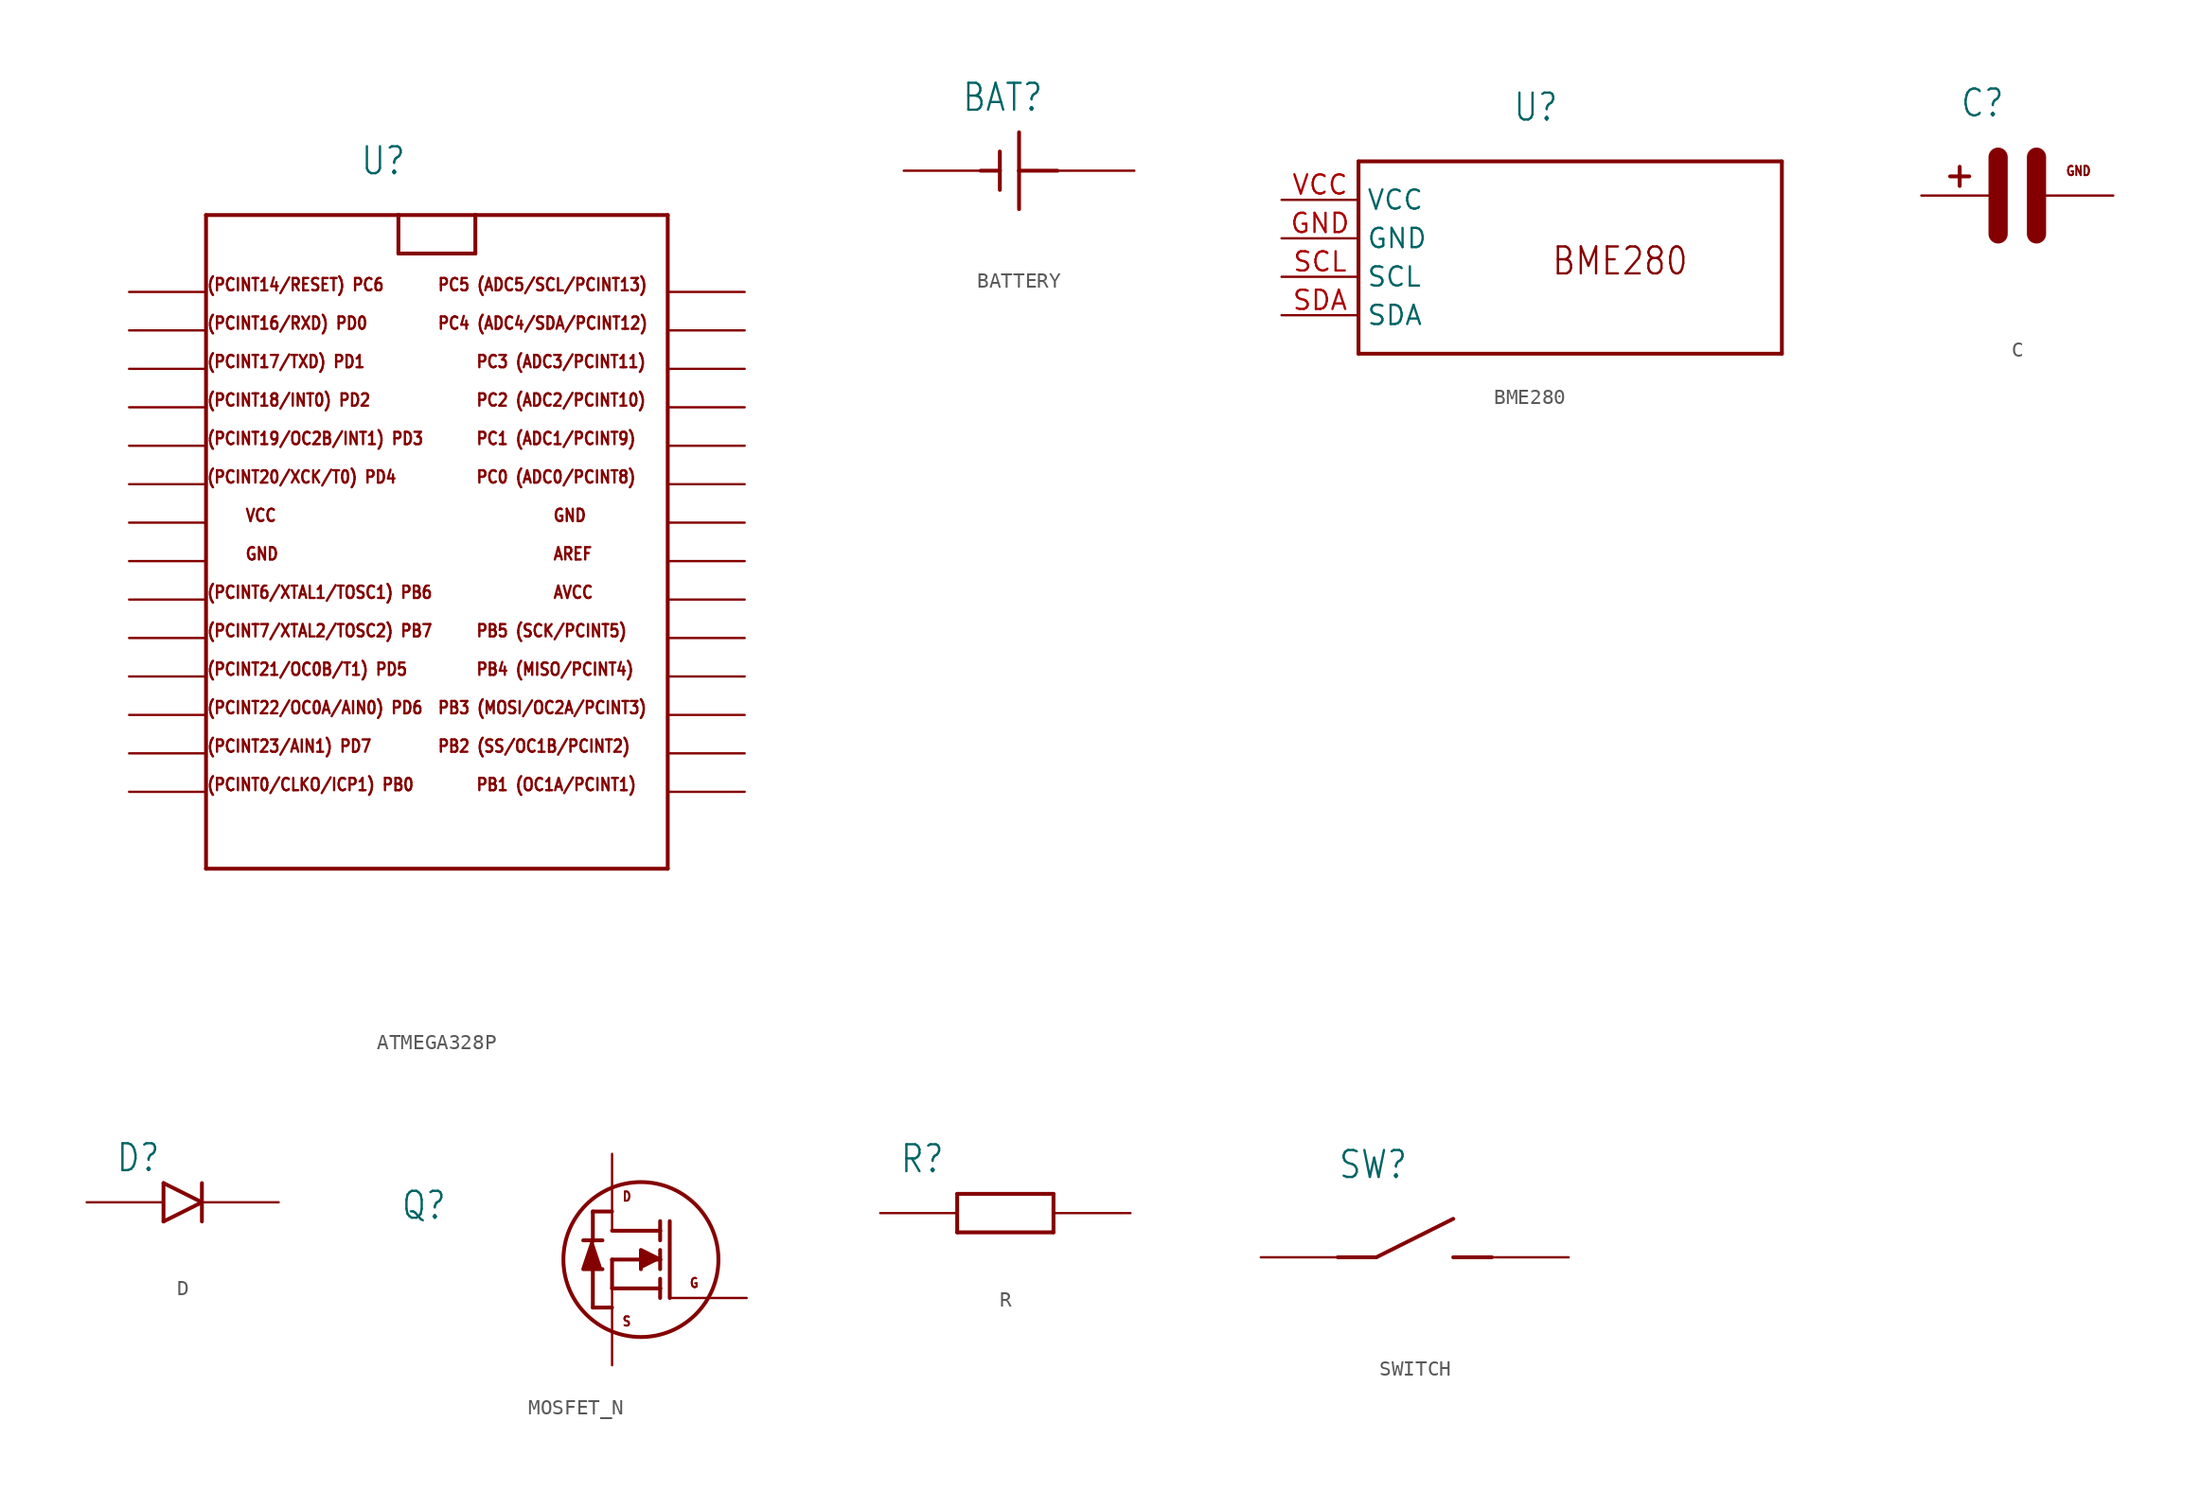
<source format=kicad_sym>
(kicad_symbol_lib
  (version 20231120)
  (generator "kicad_symbol_editor")
  (generator_version "8.0")
  (symbol "ATMEGA328P"
    (property "Reference" "U"
      (at -5.08 25.4 0)
      (effects (font (size 1.778 1.511)) (justify left bottom)))
    (property "Value" ""
      (at -5.08 -25.4 0)
      (effects (font (size 1.778 1.511)) (justify left bottom)))
    (property "ki_locked" ""
      (at 0 0 0)
      (effects (font (size 1.27 1.27))))
    (symbol "ATMEGA328P_1_0"
      (polyline (pts (xy -15.24 -20.32) (xy 15.24 -20.32)) (stroke (width 0.254) (type solid)) (fill (type none)))
      (polyline (pts (xy -15.24 22.86) (xy -15.24 -20.32)) (stroke (width 0.254) (type solid)) (fill (type none)))
      (polyline (pts (xy -2.54 20.32) (xy 2.54 20.32)) (stroke (width 0.254) (type solid)) (fill (type none)))
      (polyline (pts (xy -2.54 22.86) (xy -15.24 22.86)) (stroke (width 0.254) (type solid)) (fill (type none)))
      (polyline (pts (xy -2.54 22.86) (xy -2.54 20.32)) (stroke (width 0.254) (type solid)) (fill (type none)))
      (polyline (pts (xy 2.54 20.32) (xy 2.54 22.86)) (stroke (width 0.254) (type solid)) (fill (type none)))
      (polyline (pts (xy 2.54 22.86) (xy -2.54 22.86)) (stroke (width 0.254) (type solid)) (fill (type none)))
      (polyline (pts (xy 15.24 -20.32) (xy 15.24 22.86)) (stroke (width 0.254) (type solid)) (fill (type none)))
      (polyline (pts (xy 15.24 22.86) (xy 2.54 22.86)) (stroke (width 0.254) (type solid)) (fill (type none)))
      (text "(PCINT0/CLKO/ICP1) PB0" (at -15.24 -15.24 0) (effects (font (size 0.813 0.691)) (justify left bottom)))
      (text "(PCINT14/RESET) PC6" (at -15.24 17.78 0) (effects (font (size 0.813 0.691)) (justify left bottom)))
      (text "(PCINT16/RXD) PD0" (at -15.24 15.24 0) (effects (font (size 0.813 0.691)) (justify left bottom)))
      (text "(PCINT17/TXD) PD1" (at -15.24 12.7 0) (effects (font (size 0.813 0.691)) (justify left bottom)))
      (text "(PCINT18/INT0) PD2" (at -15.24 10.16 0) (effects (font (size 0.813 0.691)) (justify left bottom)))
      (text "(PCINT19/OC2B/INT1) PD3" (at -15.24 7.62 0) (effects (font (size 0.813 0.691)) (justify left bottom)))
      (text "(PCINT20/XCK/T0) PD4" (at -15.24 5.08 0) (effects (font (size 0.813 0.691)) (justify left bottom)))
      (text "(PCINT21/OC0B/T1) PD5" (at -15.24 -7.62 0) (effects (font (size 0.813 0.691)) (justify left bottom)))
      (text "(PCINT22/OC0A/AIN0) PD6" (at -15.24 -10.16 0) (effects (font (size 0.813 0.691)) (justify left bottom)))
      (text "(PCINT23/AIN1) PD7" (at -15.24 -12.7 0) (effects (font (size 0.813 0.691)) (justify left bottom)))
      (text "(PCINT6/XTAL1/TOSC1) PB6" (at -15.24 -2.54 0) (effects (font (size 0.813 0.691)) (justify left bottom)))
      (text "(PCINT7/XTAL2/TOSC2) PB7" (at -15.24 -5.08 0) (effects (font (size 0.813 0.691)) (justify left bottom)))
      (text "AREF" (at 7.62 0 0) (effects (font (size 0.813 0.691)) (justify left bottom)))
      (text "AVCC" (at 7.62 -2.54 0) (effects (font (size 0.813 0.691)) (justify left bottom)))
      (text "GND" (at -12.7 0 0) (effects (font (size 0.813 0.691)) (justify left bottom)))
      (text "GND" (at 7.62 2.54 0) (effects (font (size 0.813 0.691)) (justify left bottom)))
      (text "PB1 (OC1A/PCINT1)" (at 2.54 -15.24 0) (effects (font (size 0.813 0.691)) (justify left bottom)))
      (text "PB2 (SS/OC1B/PCINT2)" (at 0 -12.7 0) (effects (font (size 0.813 0.691)) (justify left bottom)))
      (text "PB3 (MOSI/OC2A/PCINT3)" (at 0 -10.16 0) (effects (font (size 0.813 0.691)) (justify left bottom)))
      (text "PB4 (MISO/PCINT4)" (at 2.54 -7.62 0) (effects (font (size 0.813 0.691)) (justify left bottom)))
      (text "PB5 (SCK/PCINT5)" (at 2.54 -5.08 0) (effects (font (size 0.813 0.691)) (justify left bottom)))
      (text "PC0 (ADC0/PCINT8)" (at 2.54 5.08 0) (effects (font (size 0.813 0.691)) (justify left bottom)))
      (text "PC1 (ADC1/PCINT9)" (at 2.54 7.62 0) (effects (font (size 0.813 0.691)) (justify left bottom)))
      (text "PC2 (ADC2/PCINT10)" (at 2.54 10.16 0) (effects (font (size 0.813 0.691)) (justify left bottom)))
      (text "PC3 (ADC3/PCINT11)" (at 2.54 12.7 0) (effects (font (size 0.813 0.691)) (justify left bottom)))
      (text "PC4 (ADC4/SDA/PCINT12)" (at 0 15.24 0) (effects (font (size 0.813 0.691)) (justify left bottom)))
      (text "PC5 (ADC5/SCL/PCINT13)" (at 0 17.78 0) (effects (font (size 0.813 0.691)) (justify left bottom)))
      (text "VCC" (at -12.7 2.54 0) (effects (font (size 0.813 0.691)) (justify left bottom)))
      (pin bidirectional line (at 20.32 0 180) (length 5.08) (name "AREF" (effects (font (size 0 0)))) (number "AREF" (effects (font (size 0 0)))))
      (pin power_in line (at 20.32 -2.54 180) (length 5.08) (name "AVCC" (effects (font (size 0 0)))) (number "AVCC" (effects (font (size 0 0)))))
      (pin power_in line (at -20.32 0 0) (length 5.08) (name "GND" (effects (font (size 0 0)))) (number "GND" (effects (font (size 0 0)))))
      (pin power_in line (at 20.32 2.54 180) (length 5.08) (name "GND1" (effects (font (size 0 0)))) (number "GND1" (effects (font (size 0 0)))))
      (pin bidirectional line (at -20.32 -15.24 0) (length 5.08) (name "PB0" (effects (font (size 0 0)))) (number "PB0" (effects (font (size 0 0)))))
      (pin bidirectional line (at 20.32 -15.24 180) (length 5.08) (name "PB1" (effects (font (size 0 0)))) (number "PB1" (effects (font (size 0 0)))))
      (pin bidirectional line (at 20.32 -12.7 180) (length 5.08) (name "PB2" (effects (font (size 0 0)))) (number "PB2" (effects (font (size 0 0)))))
      (pin bidirectional line (at 20.32 -10.16 180) (length 5.08) (name "PB3" (effects (font (size 0 0)))) (number "PB3" (effects (font (size 0 0)))))
      (pin bidirectional line (at 20.32 -7.62 180) (length 5.08) (name "PB4" (effects (font (size 0 0)))) (number "PB4" (effects (font (size 0 0)))))
      (pin bidirectional line (at 20.32 -5.08 180) (length 5.08) (name "PB5" (effects (font (size 0 0)))) (number "PB5" (effects (font (size 0 0)))))
      (pin bidirectional line (at -20.32 -2.54 0) (length 5.08) (name "PB6" (effects (font (size 0 0)))) (number "PB6" (effects (font (size 0 0)))))
      (pin bidirectional line (at -20.32 -5.08 0) (length 5.08) (name "PB7" (effects (font (size 0 0)))) (number "PB7" (effects (font (size 0 0)))))
      (pin bidirectional line (at 20.32 5.08 180) (length 5.08) (name "PC0" (effects (font (size 0 0)))) (number "PC0" (effects (font (size 0 0)))))
      (pin bidirectional line (at 20.32 7.62 180) (length 5.08) (name "PC1" (effects (font (size 0 0)))) (number "PC1" (effects (font (size 0 0)))))
      (pin bidirectional line (at 20.32 10.16 180) (length 5.08) (name "PC2" (effects (font (size 0 0)))) (number "PC2" (effects (font (size 0 0)))))
      (pin bidirectional line (at 20.32 12.7 180) (length 5.08) (name "PC3" (effects (font (size 0 0)))) (number "PC3" (effects (font (size 0 0)))))
      (pin bidirectional line (at 20.32 15.24 180) (length 5.08) (name "PC4" (effects (font (size 0 0)))) (number "PC4" (effects (font (size 0 0)))))
      (pin bidirectional line (at 20.32 17.78 180) (length 5.08) (name "PC5" (effects (font (size 0 0)))) (number "PC5" (effects (font (size 0 0)))))
      (pin bidirectional line (at -20.32 17.78 0) (length 5.08) (name "PC6" (effects (font (size 0 0)))) (number "PC6" (effects (font (size 0 0)))))
      (pin bidirectional line (at -20.32 15.24 0) (length 5.08) (name "PD0" (effects (font (size 0 0)))) (number "PD0" (effects (font (size 0 0)))))
      (pin bidirectional line (at -20.32 12.7 0) (length 5.08) (name "PD1" (effects (font (size 0 0)))) (number "PD1" (effects (font (size 0 0)))))
      (pin bidirectional line (at -20.32 10.16 0) (length 5.08) (name "PD2" (effects (font (size 0 0)))) (number "PD2" (effects (font (size 0 0)))))
      (pin bidirectional line (at -20.32 7.62 0) (length 5.08) (name "PD3" (effects (font (size 0 0)))) (number "PD3" (effects (font (size 0 0)))))
      (pin bidirectional line (at -20.32 5.08 0) (length 5.08) (name "PD4" (effects (font (size 0 0)))) (number "PD4" (effects (font (size 0 0)))))
      (pin bidirectional line (at -20.32 -7.62 0) (length 5.08) (name "PD5" (effects (font (size 0 0)))) (number "PD5" (effects (font (size 0 0)))))
      (pin bidirectional line (at -20.32 -10.16 0) (length 5.08) (name "PD6" (effects (font (size 0 0)))) (number "PD6" (effects (font (size 0 0)))))
      (pin bidirectional line (at -20.32 -12.7 0) (length 5.08) (name "PD7" (effects (font (size 0 0)))) (number "PD7" (effects (font (size 0 0)))))
      (pin power_in line (at -20.32 2.54 0) (length 5.08) (name "VCC" (effects (font (size 0 0)))) (number "VCC" (effects (font (size 0 0)))))))
  (symbol "BATTERY"
    (property "Reference" "BAT"
      (at -3.81 3.81 0)
      (effects (font (size 1.778 1.511)) (justify left bottom)))
    (property "Value" ""
      (at -3.81 -5.08 0)
      (effects (font (size 1.778 1.511)) (justify left bottom)))
    (property "ki_locked" ""
      (at 0 0 0)
      (effects (font (size 1.27 1.27))))
    (symbol "BATTERY_1_0"
      (polyline (pts (xy -2.54 0) (xy -1.27 0)) (stroke (width 0.254) (type solid)) (fill (type none)))
      (polyline (pts (xy -1.27 0) (xy -1.27 -1.27)) (stroke (width 0.254) (type solid)) (fill (type none)))
      (polyline (pts (xy -1.27 0) (xy -1.27 1.27)) (stroke (width 0.254) (type solid)) (fill (type none)))
      (polyline (pts (xy 0 0) (xy 0 -2.54)) (stroke (width 0.254) (type solid)) (fill (type none)))
      (polyline (pts (xy 0 0) (xy 0 2.54)) (stroke (width 0.254) (type solid)) (fill (type none)))
      (polyline (pts (xy 2.54 0) (xy 0 0)) (stroke (width 0.254) (type solid)) (fill (type none)))
      (pin power_in line (at -7.62 0 0) (length 5.08) (name "MINUS" (effects (font (size 0 0)))) (number "MINUS" (effects (font (size 0 0)))))
      (pin power_in line (at 7.62 0 180) (length 5.08) (name "PLUS" (effects (font (size 0 0)))) (number "PLUS" (effects (font (size 0 0)))))))
  (symbol "BME280"
    (property "Reference" "U"
      (at 5.08 10.16 0)
      (effects (font (size 1.778 1.511)) (justify left bottom)))
    (property "ki_locked" ""
      (at 0 0 0)
      (effects (font (size 1.27 1.27))))
    (symbol "BME280_1_0"
      (polyline (pts (xy -5.08 -5.08) (xy 22.86 -5.08)) (stroke (width 0.254) (type solid)) (fill (type none)))
      (polyline (pts (xy -5.08 7.62) (xy -5.08 -5.08)) (stroke (width 0.254) (type solid)) (fill (type none)))
      (polyline (pts (xy 22.86 -5.08) (xy 22.86 7.62)) (stroke (width 0.254) (type solid)) (fill (type none)))
      (polyline (pts (xy 22.86 7.62) (xy -5.08 7.62)) (stroke (width 0.254) (type solid)) (fill (type none)))
      (text "BME280" (at 7.62 0 0) (effects (font (size 1.778 1.511)) (justify left bottom)))
      (pin power_in line (at -10.16 2.54 0) (length 5.08) (name "GND" (effects (font (size 1.27 1.27)))) (number "GND" (effects (font (size 1.27 1.27)))))
      (pin bidirectional line (at -10.16 0 0) (length 5.08) (name "SCL" (effects (font (size 1.27 1.27)))) (number "SCL" (effects (font (size 1.27 1.27)))))
      (pin bidirectional line (at -10.16 -2.54 0) (length 5.08) (name "SDA" (effects (font (size 1.27 1.27)))) (number "SDA" (effects (font (size 1.27 1.27)))))
      (pin power_in line (at -10.16 5.08 0) (length 5.08) (name "VCC" (effects (font (size 1.27 1.27)))) (number "VCC" (effects (font (size 1.27 1.27)))))))
  (symbol "C"
    (property "Reference" "C"
      (at -5.08 5.08 0)
      (effects (font (size 1.778 1.511)) (justify left bottom)))
    (property "Value" ""
      (at -5.08 -7.62 0)
      (effects (font (size 1.778 1.511)) (justify left bottom)))
    (property "ki_locked" ""
      (at 0 0 0)
      (effects (font (size 1.27 1.27))))
    (symbol "C_1_0"
      (polyline (pts (xy -5.715 1.27) (xy -4.445 1.27)) (stroke (width 0.254) (type solid)) (fill (type none)))
      (polyline (pts (xy -5.08 1.905) (xy -5.08 0.635)) (stroke (width 0.254) (type solid)) (fill (type none)))
      (polyline (pts (xy -2.54 2.54) (xy -2.54 -2.54)) (stroke (width 1.27) (type solid)) (fill (type none)))
      (polyline (pts (xy 0 2.54) (xy 0 -2.54)) (stroke (width 1.27) (type solid)) (fill (type none)))
      (text "GND" (at 1.905 1.27 0) (effects (font (size 0.61 0.518)) (justify left bottom)))
      (pin bidirectional line (at 5.08 0 180) (length 5.08) (name "PIN_GND" (effects (font (size 0 0)))) (number "PIN_GND" (effects (font (size 0 0)))))
      (pin bidirectional line (at -7.62 0 0) (length 5.08) (name "PIN_PLUS" (effects (font (size 0 0)))) (number "PIN_PLUS" (effects (font (size 0 0)))))))
  (symbol "D"
    (property "Reference" "D"
      (at -5.715 1.905 0)
      (effects (font (size 1.778 1.511)) (justify left bottom)))
    (property "Value" ""
      (at -5.715 -3.81 0)
      (effects (font (size 1.778 1.511)) (justify left bottom)))
    (property "ki_locked" ""
      (at 0 0 0)
      (effects (font (size 1.27 1.27))))
    (symbol "D_1_0"
      (polyline (pts (xy -2.54 -1.27) (xy 0 0)) (stroke (width 0.254) (type solid)) (fill (type none)))
      (polyline (pts (xy -2.54 1.27) (xy -2.54 -1.27)) (stroke (width 0.254) (type solid)) (fill (type none)))
      (polyline (pts (xy 0 0) (xy -2.54 1.27)) (stroke (width 0.254) (type solid)) (fill (type none)))
      (polyline (pts (xy 0 1.27) (xy 0 -1.27)) (stroke (width 0.254) (type solid)) (fill (type none)))
      (pin bidirectional line (at -7.62 0 0) (length 5.08) (name "ANODE" (effects (font (size 0 0)))) (number "P$1" (effects (font (size 0 0)))))
      (pin bidirectional line (at 5.08 0 180) (length 5.08) (name "CATHODE" (effects (font (size 0 0)))) (number "P$2" (effects (font (size 0 0)))))))
  (symbol "MOSFET_N"
    (property "Reference" "Q"
      (at -16.51 2.54 0)
      (effects (font (size 1.778 1.511)) (justify left bottom)))
    (property "Value" ""
      (at -16.51 -5.08 0)
      (effects (font (size 1.778 1.511)) (justify left bottom)))
    (property "ki_locked" ""
      (at 0 0 0)
      (effects (font (size 1.27 1.27))))
    (symbol "MOSFET_N_1_0"
      (circle (center -0.635 0) (radius 5.12) (stroke (width 0.254) (type solid)) (fill (type none)))
      (polyline (pts (xy -4.445 1.27) (xy -3.81 1.27)) (stroke (width 0.254) (type solid)) (fill (type none)))
      (polyline (pts (xy -3.81 -3.175) (xy -2.54 -3.175)) (stroke (width 0.254) (type solid)) (fill (type none)))
      (polyline (pts (xy -3.81 -0.635) (xy -3.81 -3.175)) (stroke (width 0.254) (type solid)) (fill (type none)))
      (polyline (pts (xy -3.81 1.27) (xy -3.81 3.175)) (stroke (width 0.254) (type solid)) (fill (type none)))
      (polyline (pts (xy -3.81 1.27) (xy -3.175 1.27)) (stroke (width 0.254) (type solid)) (fill (type none)))
      (polyline (pts (xy -3.81 3.175) (xy -2.54 3.175)) (stroke (width 0.254) (type solid)) (fill (type none)))
      (polyline (pts (xy -2.54 -1.905) (xy -2.54 0)) (stroke (width 0.254) (type solid)) (fill (type none)))
      (polyline (pts (xy -2.54 -1.905) (xy 0.635 -1.905)) (stroke (width 0.254) (type solid)) (fill (type none)))
      (polyline (pts (xy -2.54 0) (xy 0.635 0)) (stroke (width 0.254) (type solid)) (fill (type none)))
      (polyline (pts (xy -2.54 1.905) (xy 0.635 1.905)) (stroke (width 0.254) (type solid)) (fill (type none)))
      (polyline (pts (xy 0.635 -1.905) (xy 0.635 -2.54)) (stroke (width 0.254) (type solid)) (fill (type none)))
      (polyline (pts (xy 0.635 -1.27) (xy 0.635 -1.905)) (stroke (width 0.254) (type solid)) (fill (type none)))
      (polyline (pts (xy 0.635 0) (xy 0.635 -0.635)) (stroke (width 0.254) (type solid)) (fill (type none)))
      (polyline (pts (xy 0.635 0.635) (xy 0.635 0)) (stroke (width 0.254) (type solid)) (fill (type none)))
      (polyline (pts (xy 0.635 1.905) (xy 0.635 1.27)) (stroke (width 0.254) (type solid)) (fill (type none)))
      (polyline (pts (xy 0.635 2.54) (xy 0.635 1.905)) (stroke (width 0.254) (type solid)) (fill (type none)))
      (polyline (pts (xy 1.27 2.54) (xy 1.27 -2.54)) (stroke (width 0.254) (type solid)) (fill (type none)))
      (polyline (pts (xy -3.81 1.27) (xy -4.445 -0.635) (xy -3.175 -0.635)) (stroke (width 0.254) (type solid)) (fill (type outline)))
      (polyline (pts (xy 0.635 0) (xy -0.635 0.635) (xy -0.635 -0.635)) (stroke (width 0.254) (type solid)) (fill (type outline)))
      (text "D" (at -1.905 3.81 0) (effects (font (size 0.61 0.518)) (justify left bottom)))
      (text "G" (at 2.54 -1.905 0) (effects (font (size 0.61 0.518)) (justify left bottom)))
      (text "S" (at -1.905 -4.445 0) (effects (font (size 0.61 0.518)) (justify left bottom)))
      (pin bidirectional line (at -2.54 6.985 270) (length 5.08) (name "D" (effects (font (size 0 0)))) (number "D" (effects (font (size 0 0)))))
      (pin bidirectional line (at 6.35 -2.54 180) (length 5.08) (name "G" (effects (font (size 0 0)))) (number "G" (effects (font (size 0 0)))))
      (pin bidirectional line (at -2.54 -6.985 90) (length 5.08) (name "S" (effects (font (size 0 0)))) (number "S" (effects (font (size 0 0)))))))
  (symbol "R"
    (property "Reference" "R"
      (at -6.35 2.54 0)
      (effects (font (size 1.778 1.511)) (justify left bottom)))
    (property "Value" ""
      (at -6.35 -3.81 0)
      (effects (font (size 1.778 1.511)) (justify left bottom)))
    (property "ki_locked" ""
      (at 0 0 0)
      (effects (font (size 1.27 1.27))))
    (symbol "R_1_0"
      (polyline (pts (xy -2.54 -1.27) (xy 3.81 -1.27)) (stroke (width 0.254) (type solid)) (fill (type none)))
      (polyline (pts (xy -2.54 1.27) (xy -2.54 -1.27)) (stroke (width 0.254) (type solid)) (fill (type none)))
      (polyline (pts (xy 3.81 -1.27) (xy 3.81 1.27)) (stroke (width 0.254) (type solid)) (fill (type none)))
      (polyline (pts (xy 3.81 1.27) (xy -2.54 1.27)) (stroke (width 0.254) (type solid)) (fill (type none)))
      (pin bidirectional line (at -7.62 0 0) (length 5.08) (name "P$1" (effects (font (size 0 0)))) (number "P$1" (effects (font (size 0 0)))))
      (pin bidirectional line (at 8.89 0 180) (length 5.08) (name "P$2" (effects (font (size 0 0)))) (number "P$2" (effects (font (size 0 0)))))))
  (symbol "SWITCH"
    (property "Reference" "SW"
      (at -5.08 5.08 0)
      (effects (font (size 1.778 1.511)) (justify left bottom)))
    (property "Value" ""
      (at -5.08 -5.08 0)
      (effects (font (size 1.778 1.511)) (justify left bottom)))
    (property "ki_locked" ""
      (at 0 0 0)
      (effects (font (size 1.27 1.27))))
    (symbol "SWITCH_1_0"
      (polyline (pts (xy -5.08 0) (xy -2.54 0)) (stroke (width 0.254) (type solid)) (fill (type none)))
      (polyline (pts (xy -2.54 0) (xy 2.54 2.54)) (stroke (width 0.254) (type solid)) (fill (type none)))
      (polyline (pts (xy 5.08 0) (xy 2.54 0)) (stroke (width 0.254) (type solid)) (fill (type none)))
      (pin bidirectional line (at -10.16 0 0) (length 5.08) (name "P$1" (effects (font (size 0 0)))) (number "P$1" (effects (font (size 0 0)))))
      (pin bidirectional line (at 10.16 0 180) (length 5.08) (name "P$2" (effects (font (size 0 0)))) (number "P$2" (effects (font (size 0 0))))))))
</source>
